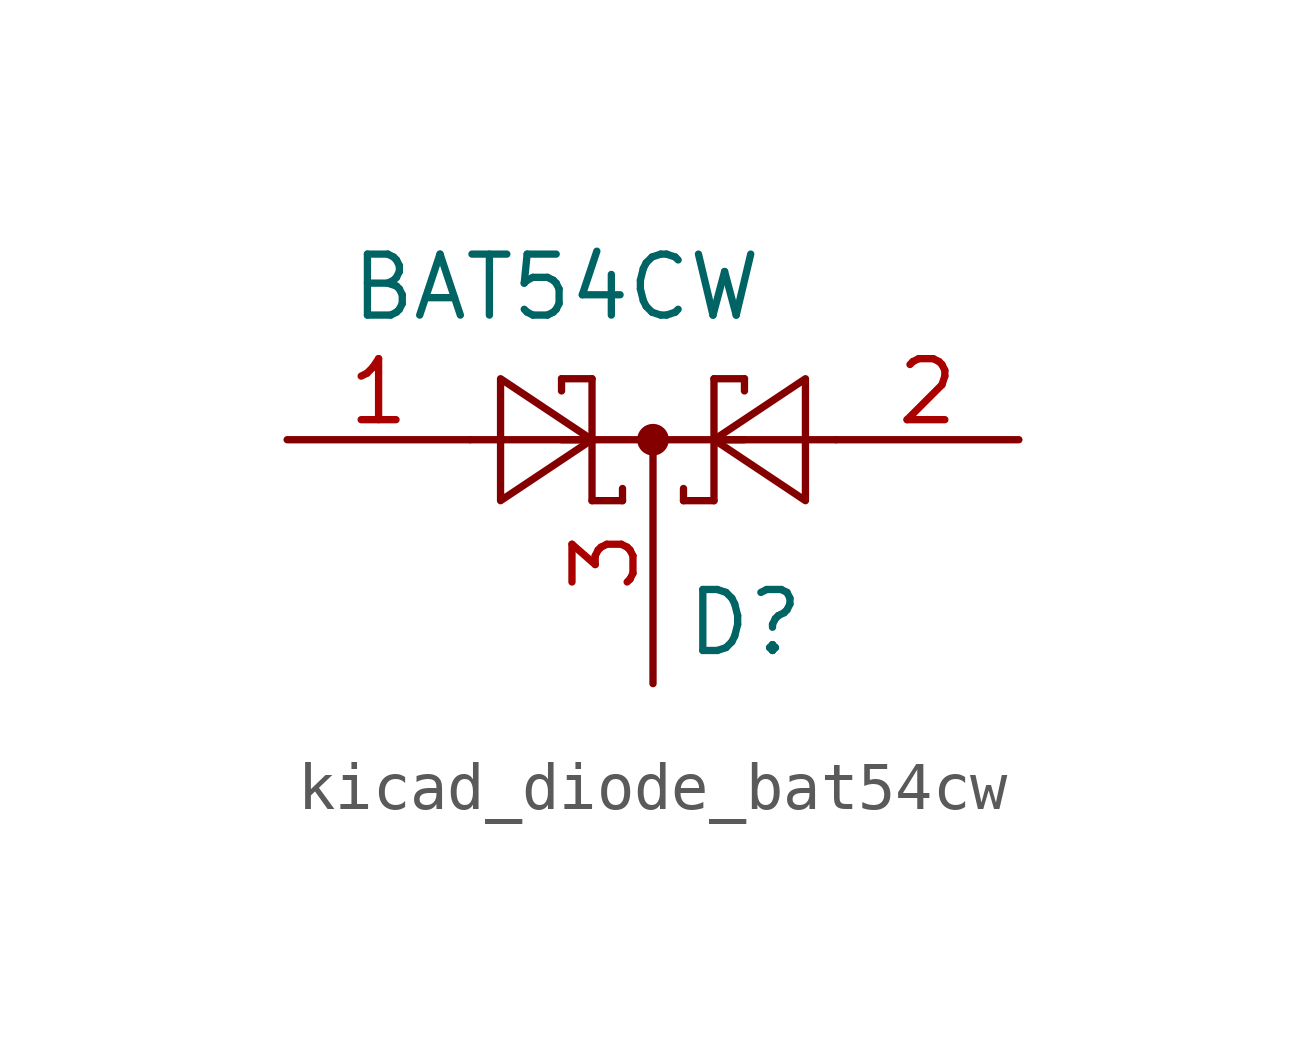
<source format=kicad_sym>
(kicad_symbol_lib
  (version 20220914)
  (generator kicad_symbol_editor)
  (symbol "kicad_diode_bat54cw"
    (pin_names
      (offset 1.016))
    (property "Reference" "D"
      (at 0.635 -3.81 0)
      (effects (font (size 1.27 1.27)) (justify left)))
    (property "Value" "BAT54CW"
      (at -6.35 3.175 0)
      (effects (font (size 1.27 1.27)) (justify left)))
    (symbol "kicad_diode_bat54cw_0_1"
      (polyline (pts (xy -1.905 0) (xy 1.905 0)) (stroke (width 0) (type default)) (fill (type none)))
      (polyline (pts (xy -1.905 1.27) (xy -1.905 1.016)) (stroke (width 0) (type default)) (fill (type none)))
      (polyline (pts (xy -1.27 -1.27) (xy -0.635 -1.27)) (stroke (width 0) (type default)) (fill (type none)))
      (polyline (pts (xy -1.27 0) (xy -3.81 0)) (stroke (width 0) (type default)) (fill (type none)))
      (polyline (pts (xy -1.27 1.27) (xy -1.905 1.27)) (stroke (width 0) (type default)) (fill (type none)))
      (polyline (pts (xy -1.27 1.27) (xy -1.27 -1.27)) (stroke (width 0) (type default)) (fill (type none)))
      (polyline (pts (xy -0.635 -1.27) (xy -0.635 -1.016)) (stroke (width 0) (type default)) (fill (type none)))
      (polyline (pts (xy 0.635 -1.27) (xy 0.635 -1.016)) (stroke (width 0) (type default)) (fill (type none)))
      (polyline (pts (xy 1.27 -1.27) (xy 0.635 -1.27)) (stroke (width 0) (type default)) (fill (type none)))
      (polyline (pts (xy 1.27 1.27) (xy 1.27 -1.27)) (stroke (width 0) (type default)) (fill (type none)))
      (polyline (pts (xy 1.27 1.27) (xy 1.905 1.27)) (stroke (width 0) (type default)) (fill (type none)))
      (polyline (pts (xy 1.905 1.27) (xy 1.905 1.016)) (stroke (width 0) (type default)) (fill (type none)))
      (polyline (pts (xy 3.81 0) (xy 1.27 0)) (stroke (width 0) (type default)) (fill (type none)))
      (polyline (pts (xy -3.175 -1.27) (xy -3.175 1.27) (xy -1.27 0) (xy -3.175 -1.27)) (stroke (width 0) (type default)) (fill (type none)))
      (polyline (pts (xy 3.175 -1.27) (xy 3.175 1.27) (xy 1.27 0) (xy 3.175 -1.27)) (stroke (width 0) (type default)) (fill (type none)))
      (circle (center 0 0) (radius 0.254) (stroke (width 0) (type default)) (fill (type outline))))
    (symbol "kicad_diode_bat54cw_1_1"
      (pin passive line (at -7.62 0 0) (length 3.81) (name "~" (effects (font (size 1.27 1.27)))) (number "1" (effects (font (size 1.27 1.27)))))
      (pin passive line (at 7.62 0 180) (length 3.81) (name "~" (effects (font (size 1.27 1.27)))) (number "2" (effects (font (size 1.27 1.27)))))
      (pin passive line (at 0 -5.08 90) (length 5.08) (name "~" (effects (font (size 1.27 1.27)))) (number "3" (effects (font (size 1.27 1.27))))))))
</source>
